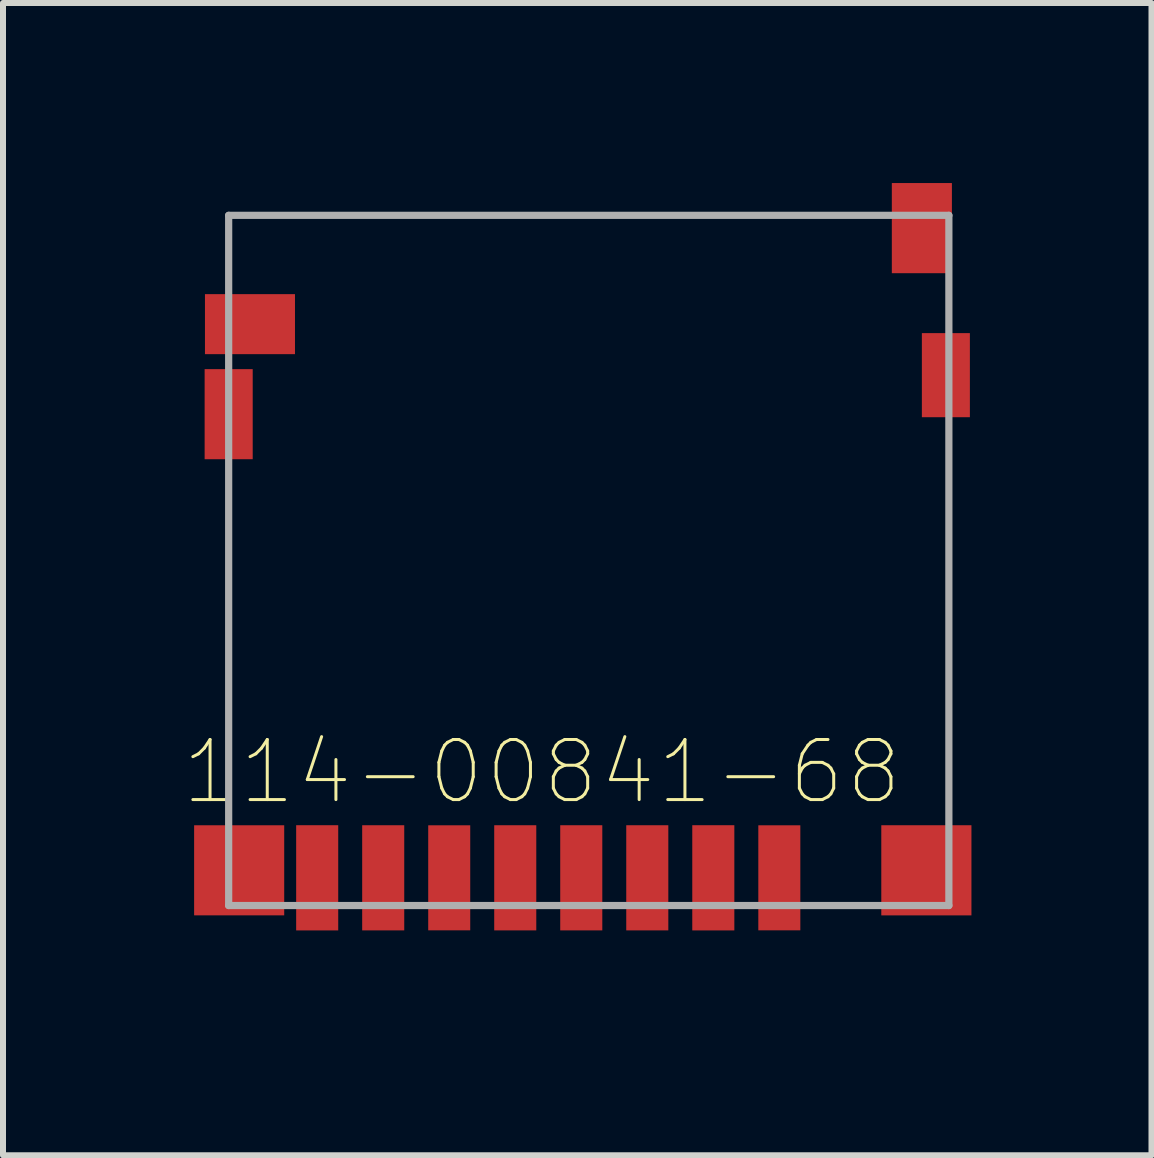
<source format=kicad_pcb>
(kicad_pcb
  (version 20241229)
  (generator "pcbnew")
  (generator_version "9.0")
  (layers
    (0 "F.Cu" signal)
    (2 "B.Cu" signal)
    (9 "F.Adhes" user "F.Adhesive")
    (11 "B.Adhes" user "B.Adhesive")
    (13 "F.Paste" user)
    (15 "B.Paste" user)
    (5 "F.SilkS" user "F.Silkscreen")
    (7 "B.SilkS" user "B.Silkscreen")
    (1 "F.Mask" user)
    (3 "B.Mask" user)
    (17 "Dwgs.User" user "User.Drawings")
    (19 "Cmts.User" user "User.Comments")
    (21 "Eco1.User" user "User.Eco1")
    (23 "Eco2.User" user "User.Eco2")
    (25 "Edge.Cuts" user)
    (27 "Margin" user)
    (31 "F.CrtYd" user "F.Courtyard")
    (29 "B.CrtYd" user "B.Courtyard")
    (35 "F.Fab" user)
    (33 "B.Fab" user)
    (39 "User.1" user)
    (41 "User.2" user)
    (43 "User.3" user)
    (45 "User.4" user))
  (footprint "114-00841-68"
    (layer "F.Cu")
    (at 0.76 0.538)
    (property "Reference" "114-00841-68" (at 5.219 9.274 0) (layer "F.SilkS") (effects (font (size 1.001 1.001) (thickness 0.05))))
    (attr smd)
    (fp_circle (center 9.159 12.455) (end 9.265 12.455) (stroke (width 0.2) (type solid)) (fill no) (layer "Eco2.User"))
    (fp_line (start 0 0) (end 12 0) (stroke (width 0.12) (type solid)) (layer "F.Fab"))
    (fp_line (start 0 11.5) (end 0 0) (stroke (width 0.12) (type solid)) (layer "F.Fab"))
    (fp_line (start 12 0) (end 12 11.5) (stroke (width 0.12) (type solid)) (layer "F.Fab"))
    (fp_line (start 12 11.5) (end 0 11.5) (stroke (width 0.12) (type solid)) (layer "F.Fab"))
    (pad "1" smd rect (at 9.175 11.038 90) (size 1.75 0.7) (layers "F.Cu" "F.Mask" "F.Paste"))
    (pad "2" smd rect (at 8.075 11.038 90) (size 1.753 0.701) (layers "F.Cu" "F.Mask" "F.Paste"))
    (pad "3" smd rect (at 6.975 11.038 90) (size 1.752 0.701) (layers "F.Cu" "F.Mask" "F.Paste"))
    (pad "4" smd rect (at 5.875 11.038 90) (size 1.752 0.701) (layers "F.Cu" "F.Mask" "F.Paste"))
    (pad "5" smd rect (at 4.775 11.038 90) (size 1.752 0.701) (layers "F.Cu" "F.Mask" "F.Paste"))
    (pad "6" smd rect (at 3.675 11.038 90) (size 1.75 0.7) (layers "F.Cu" "F.Mask" "F.Paste"))
    (pad "7" smd rect (at 2.575 11.038 90) (size 1.752 0.701) (layers "F.Cu" "F.Mask" "F.Paste"))
    (pad "8" smd rect (at 1.475 11.038 90) (size 1.753 0.701) (layers "F.Cu" "F.Mask" "F.Paste"))
    (pad "9" smd rect (at 0.355 1.813) (size 1.5 1) (layers "F.Cu" "F.Mask" "F.Paste"))
    (pad "10" smd rect (at 11.55 0.213 90) (size 1.502 1.001) (layers "F.Cu" "F.Mask" "F.Paste"))
    (pad "11" smd rect (at 0 3.313 90) (size 1.501 0.801) (layers "F.Cu" "F.Mask" "F.Paste"))
    (pad "11" smd rect (at 0.175 10.913) (size 1.501 1.501) (layers "F.Cu" "F.Mask" "F.Paste"))
    (pad "11" smd rect (at 11.625 10.913) (size 1.502 1.502) (layers "F.Cu" "F.Mask" "F.Paste"))
    (pad "11" smd rect (at 11.95 2.663 90) (size 1.401 0.8) (layers "F.Cu" "F.Mask" "F.Paste")))
  (gr_rect
    (start -3 -3)
    (end 16.136 16.199)
    (stroke (width 0.1) (type default))
    (fill no)
    (layer "Edge.Cuts")))
</source>
